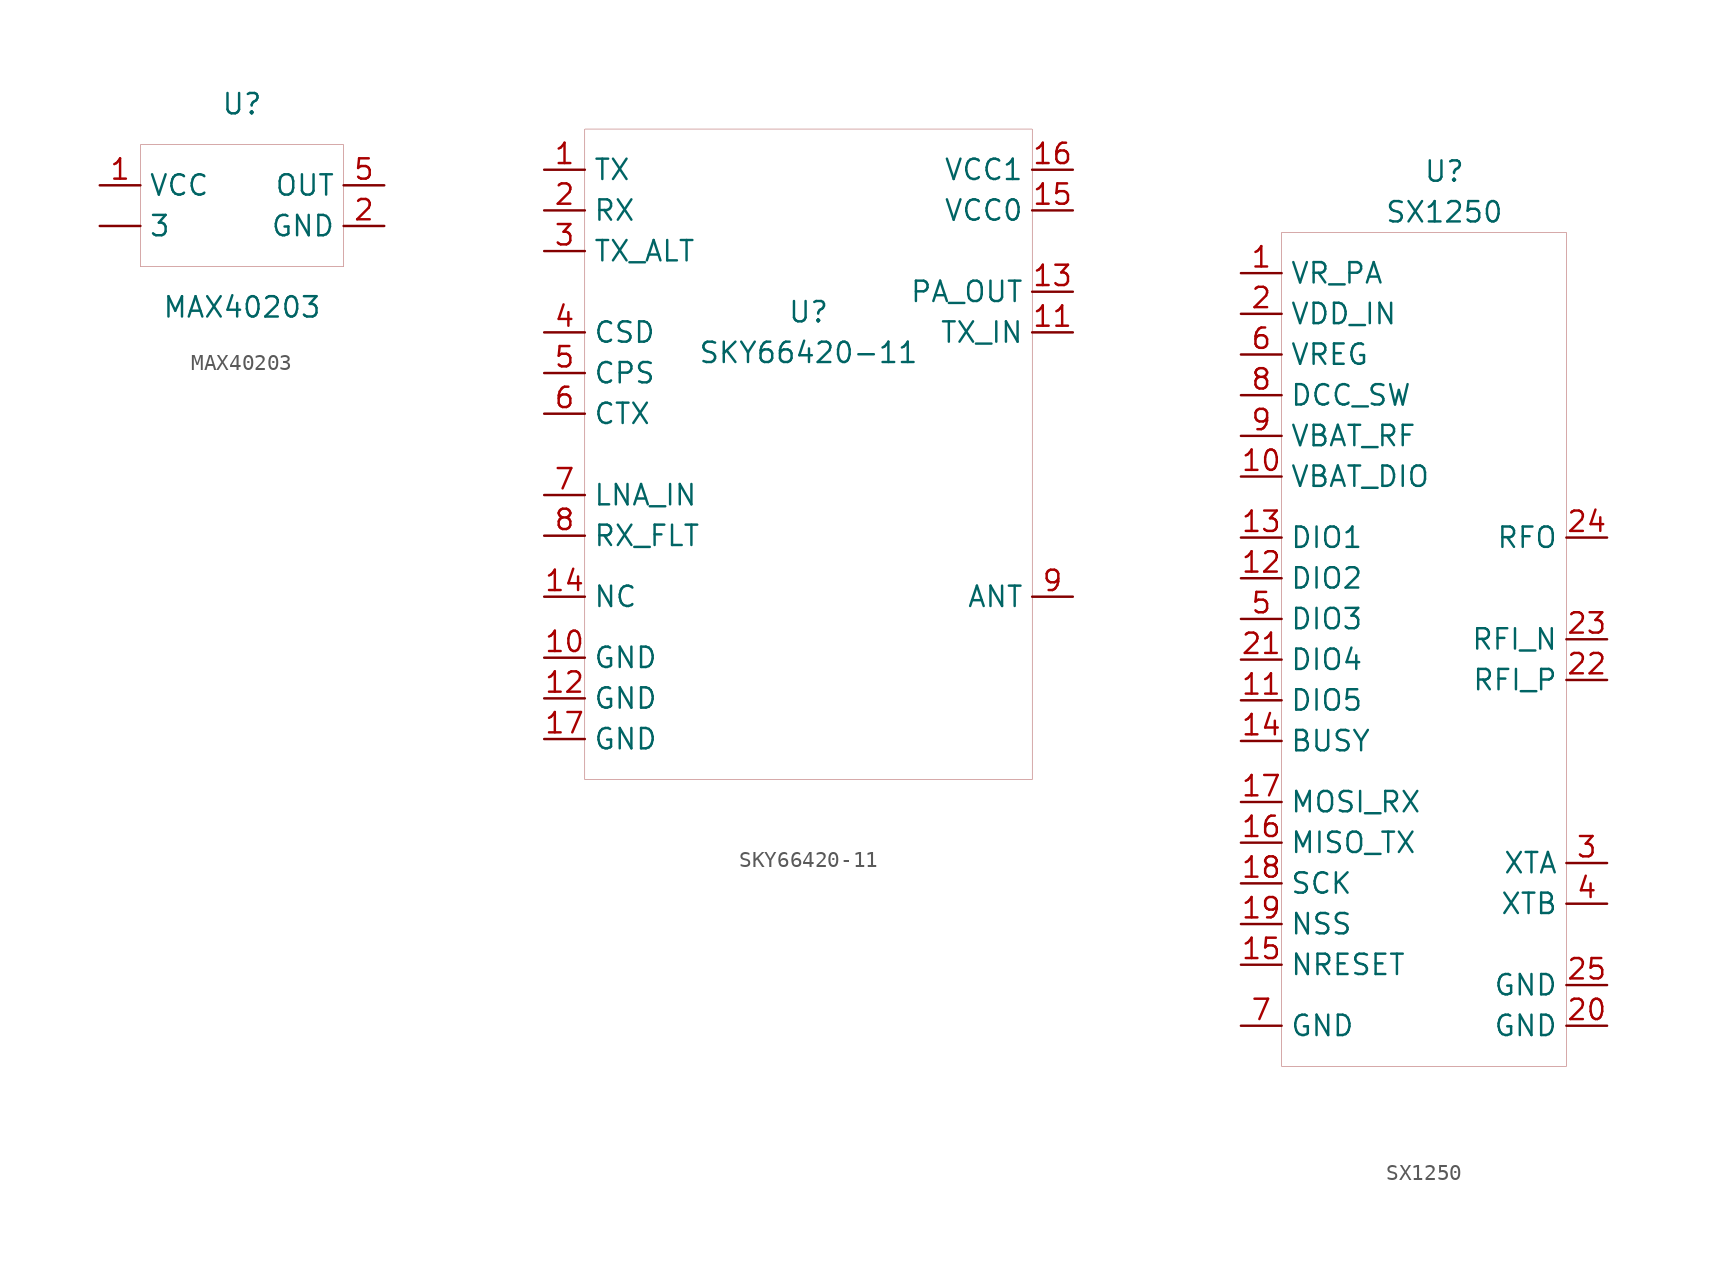
<source format=kicad_sym>
(kicad_symbol_lib
  (version 20201005)
  (generator kicad_symbol_editor)
  (symbol "SX1303:MAX40203"
    (property "Reference" "U"
      (at 0 5.08 0)
      (effects (font (size 1.27 1.27))))
    (property "Value" "MAX40203"
      (at 0 -7.62 0)
      (effects (font (size 1.27 1.27))))
    (symbol "MAX40203_0_1"
      (rectangle (start -6.35 2.54) (end 6.35 -5.08) (stroke (width 0.001)) (fill (type none))))
    (symbol "MAX40203_1_1"
      (pin input line (at -8.89 0 0) (length 2.54) (name "VCC" (effects (font (size 1.27 1.27)))) (number "1" (effects (font (size 1.27 1.27)))))
      (pin input line (at -8.89 -2.54 0) (length 2.54) (name "3" (effects (font (size 1.27 1.27)))) (number "" (effects (font (size 1.27 1.27)))))
      (pin input line (at 8.89 0 180) (length 2.54) (name "OUT" (effects (font (size 1.27 1.27)))) (number "5" (effects (font (size 1.27 1.27)))))
      (pin input line (at 8.89 -2.54 180) (length 2.54) (name "GND" (effects (font (size 1.27 1.27)))) (number "2" (effects (font (size 1.27 1.27)))))))
  (symbol "SX1303:SKY66420-11"
    (property "Reference" "U"
      (at 0 0 0)
      (effects (font (size 1.27 1.27))))
    (property "Value" "SKY66420-11"
      (at 0 -2.54 0)
      (effects (font (size 1.27 1.27))))
    (symbol "SKY66420-11_0_1"
      (rectangle (start -13.97 11.43) (end 13.97 -29.21) (stroke (width 0.001)) (fill (type none))))
    (symbol "SKY66420-11_1_1"
      (pin bidirectional line (at -16.51 8.89 0) (length 2.54) (name "TX" (effects (font (size 1.27 1.27)))) (number "1" (effects (font (size 1.27 1.27)))))
      (pin bidirectional line (at -16.51 6.35 0) (length 2.54) (name "RX" (effects (font (size 1.27 1.27)))) (number "2" (effects (font (size 1.27 1.27)))))
      (pin bidirectional line (at -16.51 3.81 0) (length 2.54) (name "TX_ALT" (effects (font (size 1.27 1.27)))) (number "3" (effects (font (size 1.27 1.27)))))
      (pin bidirectional line (at -16.51 -1.27 0) (length 2.54) (name "CSD" (effects (font (size 1.27 1.27)))) (number "4" (effects (font (size 1.27 1.27)))))
      (pin bidirectional line (at -16.51 -3.81 0) (length 2.54) (name "CPS" (effects (font (size 1.27 1.27)))) (number "5" (effects (font (size 1.27 1.27)))))
      (pin bidirectional line (at -16.51 -6.35 0) (length 2.54) (name "CTX" (effects (font (size 1.27 1.27)))) (number "6" (effects (font (size 1.27 1.27)))))
      (pin bidirectional line (at -16.51 -11.43 0) (length 2.54) (name "LNA_IN" (effects (font (size 1.27 1.27)))) (number "7" (effects (font (size 1.27 1.27)))))
      (pin bidirectional line (at -16.51 -13.97 0) (length 2.54) (name "RX_FLT" (effects (font (size 1.27 1.27)))) (number "8" (effects (font (size 1.27 1.27)))))
      (pin bidirectional line (at 16.51 -17.78 180) (length 2.54) (name "ANT" (effects (font (size 1.27 1.27)))) (number "9" (effects (font (size 1.27 1.27)))))
      (pin bidirectional line (at -16.51 -21.59 0) (length 2.54) (name "GND" (effects (font (size 1.27 1.27)))) (number "10" (effects (font (size 1.27 1.27)))))
      (pin bidirectional line (at 16.51 -1.27 180) (length 2.54) (name "TX_IN" (effects (font (size 1.27 1.27)))) (number "11" (effects (font (size 1.27 1.27)))))
      (pin bidirectional line (at -16.51 -24.13 0) (length 2.54) (name "GND" (effects (font (size 1.27 1.27)))) (number "12" (effects (font (size 1.27 1.27)))))
      (pin bidirectional line (at 16.51 1.27 180) (length 2.54) (name "PA_OUT" (effects (font (size 1.27 1.27)))) (number "13" (effects (font (size 1.27 1.27)))))
      (pin bidirectional line (at -16.51 -17.78 0) (length 2.54) (name "NC" (effects (font (size 1.27 1.27)))) (number "14" (effects (font (size 1.27 1.27)))))
      (pin bidirectional line (at 16.51 6.35 180) (length 2.54) (name "VCC0" (effects (font (size 1.27 1.27)))) (number "15" (effects (font (size 1.27 1.27)))))
      (pin bidirectional line (at 16.51 8.89 180) (length 2.54) (name "VCC1" (effects (font (size 1.27 1.27)))) (number "16" (effects (font (size 1.27 1.27)))))
      (pin bidirectional line (at -16.51 -26.67 0) (length 2.54) (name "GND" (effects (font (size 1.27 1.27)))) (number "17" (effects (font (size 1.27 1.27)))))))
  (symbol "SX1303:SX1250"
    (property "Reference" "U"
      (at 0 26.67 0)
      (effects (font (size 1.27 1.27))))
    (property "Value" "SX1250"
      (at 0 24.13 0)
      (effects (font (size 1.27 1.27))))
    (symbol "SX1250_0_1"
      (rectangle (start -10.16 22.86) (end 7.62 -29.21) (stroke (width 0.001)) (fill (type none))))
    (symbol "SX1250_1_1"
      (pin power_in line (at -12.7 20.32 0) (length 2.54) (name "VR_PA" (effects (font (size 1.27 1.27)))) (number "1" (effects (font (size 1.27 1.27)))))
      (pin power_in line (at -12.7 17.78 0) (length 2.54) (name "VDD_IN" (effects (font (size 1.27 1.27)))) (number "2" (effects (font (size 1.27 1.27)))))
      (pin input line (at 10.16 -16.51 180) (length 2.54) (name "XTA" (effects (font (size 1.27 1.27)))) (number "3" (effects (font (size 1.27 1.27)))))
      (pin input line (at 10.16 -19.05 180) (length 2.54) (name "XTB" (effects (font (size 1.27 1.27)))) (number "4" (effects (font (size 1.27 1.27)))))
      (pin bidirectional line (at -12.7 -1.27 0) (length 2.54) (name "DIO3" (effects (font (size 1.27 1.27)))) (number "5" (effects (font (size 1.27 1.27)))))
      (pin power_in line (at -12.7 15.24 0) (length 2.54) (name "VREG" (effects (font (size 1.27 1.27)))) (number "6" (effects (font (size 1.27 1.27)))))
      (pin power_in line (at -12.7 -26.67 0) (length 2.54) (name "GND" (effects (font (size 1.27 1.27)))) (number "7" (effects (font (size 1.27 1.27)))))
      (pin power_out line (at -12.7 12.7 0) (length 2.54) (name "DCC_SW" (effects (font (size 1.27 1.27)))) (number "8" (effects (font (size 1.27 1.27)))))
      (pin power_in line (at -12.7 10.16 0) (length 2.54) (name "VBAT_RF" (effects (font (size 1.27 1.27)))) (number "9" (effects (font (size 1.27 1.27)))))
      (pin power_in line (at -12.7 7.62 0) (length 2.54) (name "VBAT_DIO" (effects (font (size 1.27 1.27)))) (number "10" (effects (font (size 1.27 1.27)))))
      (pin bidirectional line (at -12.7 -6.35 0) (length 2.54) (name "DIO5" (effects (font (size 1.27 1.27)))) (number "11" (effects (font (size 1.27 1.27)))))
      (pin bidirectional line (at -12.7 1.27 0) (length 2.54) (name "DIO2" (effects (font (size 1.27 1.27)))) (number "12" (effects (font (size 1.27 1.27)))))
      (pin output line (at 10.16 3.81 180) (length 2.54) (name "RFO" (effects (font (size 1.27 1.27)))) (number "24" (effects (font (size 1.27 1.27)))))
      (pin input line (at 10.16 -2.54 180) (length 2.54) (name "RFI_N" (effects (font (size 1.27 1.27)))) (number "23" (effects (font (size 1.27 1.27)))))
      (pin input line (at 10.16 -5.08 180) (length 2.54) (name "RFI_P" (effects (font (size 1.27 1.27)))) (number "22" (effects (font (size 1.27 1.27)))))
      (pin bidirectional line (at -12.7 -3.81 0) (length 2.54) (name "DIO4" (effects (font (size 1.27 1.27)))) (number "21" (effects (font (size 1.27 1.27)))))
      (pin power_in line (at 10.16 -26.67 180) (length 2.54) (name "GND" (effects (font (size 1.27 1.27)))) (number "20" (effects (font (size 1.27 1.27)))))
      (pin input line (at -12.7 -20.32 0) (length 2.54) (name "NSS" (effects (font (size 1.27 1.27)))) (number "19" (effects (font (size 1.27 1.27)))))
      (pin input line (at -12.7 -17.78 0) (length 2.54) (name "SCK" (effects (font (size 1.27 1.27)))) (number "18" (effects (font (size 1.27 1.27)))))
      (pin input line (at -12.7 -12.7 0) (length 2.54) (name "MOSI_RX" (effects (font (size 1.27 1.27)))) (number "17" (effects (font (size 1.27 1.27)))))
      (pin output line (at -12.7 -15.24 0) (length 2.54) (name "MISO_TX" (effects (font (size 1.27 1.27)))) (number "16" (effects (font (size 1.27 1.27)))))
      (pin input line (at -12.7 -22.86 0) (length 2.54) (name "NRESET" (effects (font (size 1.27 1.27)))) (number "15" (effects (font (size 1.27 1.27)))))
      (pin input line (at -12.7 -8.89 0) (length 2.54) (name "BUSY" (effects (font (size 1.27 1.27)))) (number "14" (effects (font (size 1.27 1.27)))))
      (pin bidirectional line (at -12.7 3.81 0) (length 2.54) (name "DIO1" (effects (font (size 1.27 1.27)))) (number "13" (effects (font (size 1.27 1.27)))))
      (pin input line (at 10.16 -24.13 180) (length 2.54) (name "GND" (effects (font (size 1.27 1.27)))) (number "25" (effects (font (size 1.27 1.27))))))))
</source>
